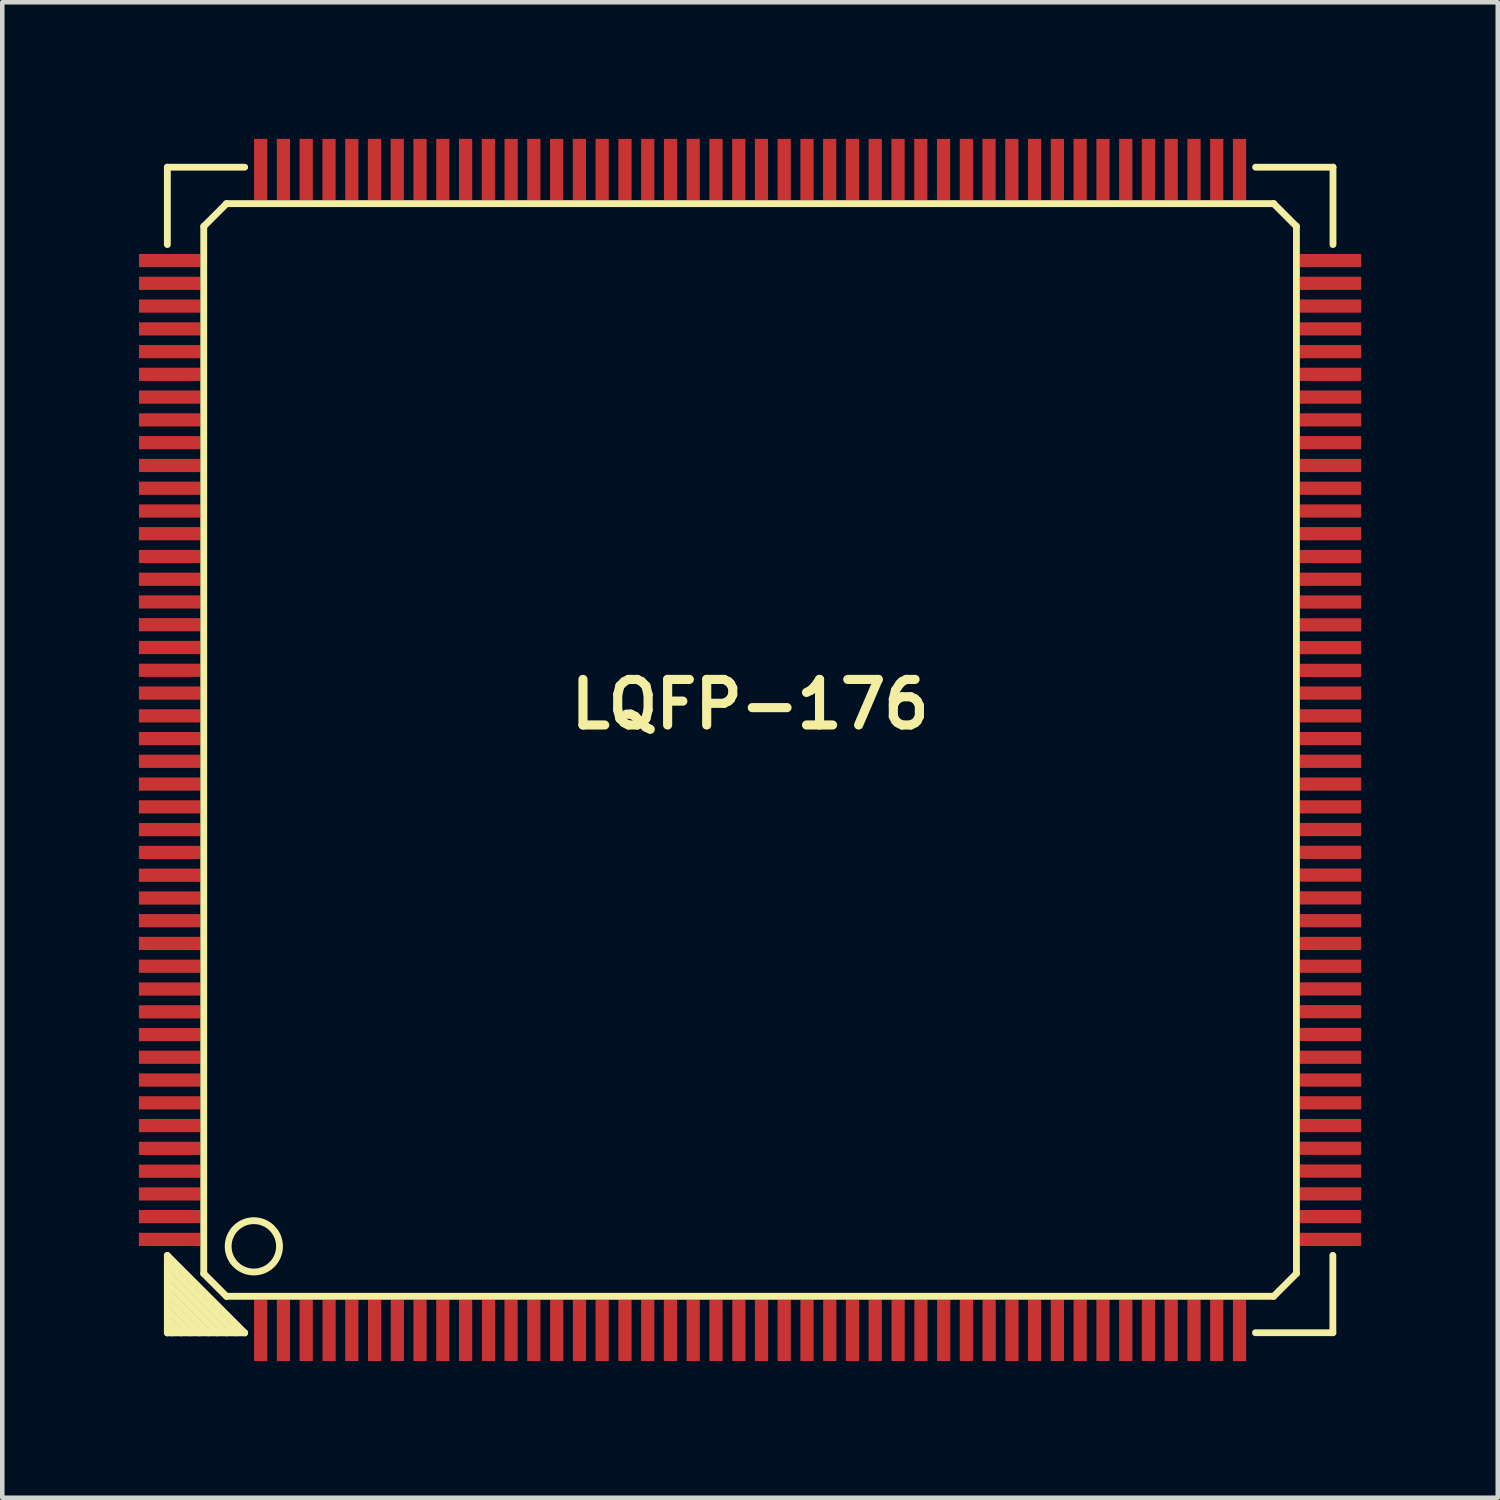
<source format=kicad_pcb>
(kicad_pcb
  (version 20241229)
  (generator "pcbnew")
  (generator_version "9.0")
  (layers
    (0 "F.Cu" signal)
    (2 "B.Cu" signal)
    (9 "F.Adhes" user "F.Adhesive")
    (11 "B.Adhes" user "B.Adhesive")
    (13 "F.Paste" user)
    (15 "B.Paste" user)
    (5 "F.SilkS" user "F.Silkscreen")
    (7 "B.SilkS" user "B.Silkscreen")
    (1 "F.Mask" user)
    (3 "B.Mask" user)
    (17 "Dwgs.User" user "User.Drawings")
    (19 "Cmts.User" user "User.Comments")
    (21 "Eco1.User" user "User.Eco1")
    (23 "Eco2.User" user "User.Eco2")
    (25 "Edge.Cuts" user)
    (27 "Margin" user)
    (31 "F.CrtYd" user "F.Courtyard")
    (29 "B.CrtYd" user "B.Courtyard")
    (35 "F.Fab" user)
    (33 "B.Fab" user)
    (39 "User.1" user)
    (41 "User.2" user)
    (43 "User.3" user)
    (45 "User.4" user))
  (footprint "LQFP-176"
    (layer "F.Cu")
    (at 13.424 13.421)
    (property "Reference" "LQFP-176" (at 0 -1.001 0) (layer "F.SilkS") (effects (font (size 1.001 1.001) (thickness 0.201))))
    (attr through_hole)
    (fp_line (start -12.799 -12.799) (end -11.1 -12.799) (stroke (width 0.15) (type solid)) (layer "F.SilkS"))
    (fp_line (start -12.799 -11.1) (end -12.799 -12.799) (stroke (width 0.15) (type solid)) (layer "F.SilkS"))
    (fp_line (start -12.799 11.102) (end -11.1 12.802) (stroke (width 0.15) (type solid)) (layer "F.SilkS"))
    (fp_line (start -12.799 11.501) (end -11.499 12.802) (stroke (width 0.15) (type solid)) (layer "F.SilkS"))
    (fp_line (start -12.799 11.902) (end -11.9 12.802) (stroke (width 0.15) (type solid)) (layer "F.SilkS"))
    (fp_line (start -12.799 12.301) (end -12.299 12.802) (stroke (width 0.15) (type solid)) (layer "F.SilkS"))
    (fp_line (start -12.799 12.703) (end -12.7 12.802) (stroke (width 0.15) (type solid)) (layer "F.SilkS"))
    (fp_line (start -12.799 12.802) (end -12.799 11.102) (stroke (width 0.15) (type solid)) (layer "F.SilkS"))
    (fp_line (start -12.499 12.802) (end -12.799 12.502) (stroke (width 0.15) (type solid)) (layer "F.SilkS"))
    (fp_line (start -12.098 12.802) (end -12.799 12.101) (stroke (width 0.15) (type solid)) (layer "F.SilkS"))
    (fp_line (start -11.999 -11.499) (end -11.499 -11.999) (stroke (width 0.15) (type solid)) (layer "F.SilkS"))
    (fp_line (start -11.999 11.501) (end -11.999 -11.501) (stroke (width 0.15) (type solid)) (layer "F.SilkS"))
    (fp_line (start -11.699 12.802) (end -12.799 11.702) (stroke (width 0.15) (type solid)) (layer "F.SilkS"))
    (fp_line (start -11.501 -11.999) (end 11.501 -11.999) (stroke (width 0.15) (type solid)) (layer "F.SilkS"))
    (fp_line (start -11.499 12.002) (end -11.999 11.501) (stroke (width 0.15) (type solid)) (layer "F.SilkS"))
    (fp_line (start -11.298 12.802) (end -12.799 11.3) (stroke (width 0.15) (type solid)) (layer "F.SilkS"))
    (fp_line (start -11.1 12.802) (end -12.799 12.802) (stroke (width 0.15) (type solid)) (layer "F.SilkS"))
    (fp_line (start 11.102 -12.799) (end 12.802 -12.799) (stroke (width 0.15) (type solid)) (layer "F.SilkS"))
    (fp_line (start 11.499 -11.999) (end 11.999 -11.499) (stroke (width 0.15) (type solid)) (layer "F.SilkS"))
    (fp_line (start 11.501 11.999) (end -11.501 11.999) (stroke (width 0.15) (type solid)) (layer "F.SilkS"))
    (fp_line (start 11.999 -11.501) (end 11.999 11.501) (stroke (width 0.15) (type solid)) (layer "F.SilkS"))
    (fp_line (start 11.999 11.499) (end 11.499 11.999) (stroke (width 0.15) (type solid)) (layer "F.SilkS"))
    (fp_line (start 12.799 11.1) (end 12.799 12.799) (stroke (width 0.15) (type solid)) (layer "F.SilkS"))
    (fp_line (start 12.799 12.799) (end 11.1 12.799) (stroke (width 0.15) (type solid)) (layer "F.SilkS"))
    (fp_line (start 12.802 -12.799) (end 12.802 -11.1) (stroke (width 0.15) (type solid)) (layer "F.SilkS"))
    (fp_circle (center -10.899 10.902) (end -11.298 11.3) (stroke (width 0.15) (type solid)) (fill no) (layer "F.SilkS"))
    (pad "1" smd rect (at -10.749 12.748) (size 0.29 1.346) (layers "F.Cu" "F.Mask" "F.Paste"))
    (pad "2" smd rect (at -10.249 12.748) (size 0.29 1.346) (layers "F.Cu" "F.Mask" "F.Paste"))
    (pad "3" smd rect (at -9.749 12.748) (size 0.29 1.346) (layers "F.Cu" "F.Mask" "F.Paste"))
    (pad "4" smd rect (at -9.246 12.748) (size 0.29 1.346) (layers "F.Cu" "F.Mask" "F.Paste"))
    (pad "5" smd rect (at -8.748 12.748) (size 0.29 1.346) (layers "F.Cu" "F.Mask" "F.Paste"))
    (pad "6" smd rect (at -8.247 12.748) (size 0.29 1.346) (layers "F.Cu" "F.Mask" "F.Paste"))
    (pad "7" smd rect (at -7.747 12.748) (size 0.29 1.346) (layers "F.Cu" "F.Mask" "F.Paste"))
    (pad "8" smd rect (at -7.249 12.748) (size 0.29 1.346) (layers "F.Cu" "F.Mask" "F.Paste"))
    (pad "9" smd rect (at -6.749 12.748) (size 0.29 1.346) (layers "F.Cu" "F.Mask" "F.Paste"))
    (pad "10" smd rect (at -6.248 12.748) (size 0.29 1.346) (layers "F.Cu" "F.Mask" "F.Paste"))
    (pad "11" smd rect (at -5.745 12.748) (size 0.29 1.346) (layers "F.Cu" "F.Mask" "F.Paste"))
    (pad "12" smd rect (at -5.25 12.748) (size 0.29 1.346) (layers "F.Cu" "F.Mask" "F.Paste"))
    (pad "13" smd rect (at -4.75 12.748) (size 0.29 1.346) (layers "F.Cu" "F.Mask" "F.Paste"))
    (pad "14" smd rect (at -4.247 12.748) (size 0.29 1.346) (layers "F.Cu" "F.Mask" "F.Paste"))
    (pad "15" smd rect (at -3.747 12.748) (size 0.29 1.346) (layers "F.Cu" "F.Mask" "F.Paste"))
    (pad "16" smd rect (at -3.249 12.748) (size 0.29 1.346) (layers "F.Cu" "F.Mask" "F.Paste"))
    (pad "17" smd rect (at -2.748 12.748) (size 0.29 1.346) (layers "F.Cu" "F.Mask" "F.Paste"))
    (pad "18" smd rect (at -2.248 12.748) (size 0.29 1.346) (layers "F.Cu" "F.Mask" "F.Paste"))
    (pad "19" smd rect (at -1.75 12.748) (size 0.29 1.346) (layers "F.Cu" "F.Mask" "F.Paste"))
    (pad "20" smd rect (at -1.25 12.748) (size 0.29 1.346) (layers "F.Cu" "F.Mask" "F.Paste"))
    (pad "21" smd rect (at -0.749 12.748) (size 0.29 1.346) (layers "F.Cu" "F.Mask" "F.Paste"))
    (pad "22" smd rect (at -0.246 12.748) (size 0.29 1.346) (layers "F.Cu" "F.Mask" "F.Paste"))
    (pad "23" smd rect (at 0.251 12.748) (size 0.29 1.346) (layers "F.Cu" "F.Mask" "F.Paste"))
    (pad "24" smd rect (at 0.749 12.748) (size 0.29 1.346) (layers "F.Cu" "F.Mask" "F.Paste"))
    (pad "25" smd rect (at 1.25 12.748) (size 0.29 1.346) (layers "F.Cu" "F.Mask" "F.Paste"))
    (pad "26" smd rect (at 1.75 12.748) (size 0.29 1.346) (layers "F.Cu" "F.Mask" "F.Paste"))
    (pad "27" smd rect (at 2.248 12.748) (size 0.29 1.346) (layers "F.Cu" "F.Mask" "F.Paste"))
    (pad "28" smd rect (at 2.748 12.748) (size 0.29 1.346) (layers "F.Cu" "F.Mask" "F.Paste"))
    (pad "29" smd rect (at 3.251 12.748) (size 0.29 1.346) (layers "F.Cu" "F.Mask" "F.Paste"))
    (pad "30" smd rect (at 3.752 12.748) (size 0.29 1.346) (layers "F.Cu" "F.Mask" "F.Paste"))
    (pad "31" smd rect (at 4.252 12.748) (size 0.29 1.346) (layers "F.Cu" "F.Mask" "F.Paste"))
    (pad "32" smd rect (at 4.75 12.748) (size 0.29 1.346) (layers "F.Cu" "F.Mask" "F.Paste"))
    (pad "33" smd rect (at 5.25 12.748) (size 0.29 1.346) (layers "F.Cu" "F.Mask" "F.Paste"))
    (pad "34" smd rect (at 5.751 12.748) (size 0.29 1.346) (layers "F.Cu" "F.Mask" "F.Paste"))
    (pad "35" smd rect (at 6.248 12.748) (size 0.29 1.346) (layers "F.Cu" "F.Mask" "F.Paste"))
    (pad "36" smd rect (at 6.749 12.748) (size 0.29 1.346) (layers "F.Cu" "F.Mask" "F.Paste"))
    (pad "37" smd rect (at 7.249 12.748) (size 0.29 1.346) (layers "F.Cu" "F.Mask" "F.Paste"))
    (pad "38" smd rect (at 7.75 12.748) (size 0.29 1.346) (layers "F.Cu" "F.Mask" "F.Paste"))
    (pad "39" smd rect (at 8.25 12.748) (size 0.29 1.346) (layers "F.Cu" "F.Mask" "F.Paste"))
    (pad "40" smd rect (at 8.748 12.748) (size 0.29 1.346) (layers "F.Cu" "F.Mask" "F.Paste"))
    (pad "41" smd rect (at 9.248 12.748) (size 0.29 1.346) (layers "F.Cu" "F.Mask" "F.Paste"))
    (pad "42" smd rect (at 9.749 12.748) (size 0.29 1.346) (layers "F.Cu" "F.Mask" "F.Paste"))
    (pad "43" smd rect (at 10.249 12.748) (size 0.29 1.346) (layers "F.Cu" "F.Mask" "F.Paste"))
    (pad "44" smd rect (at 10.749 12.748) (size 0.29 1.349) (layers "F.Cu" "F.Mask" "F.Paste"))
    (pad "45" smd rect (at 12.748 10.749) (size 1.346 0.29) (layers "F.Cu" "F.Mask" "F.Paste"))
    (pad "46" smd rect (at 12.748 10.249) (size 1.346 0.29) (layers "F.Cu" "F.Mask" "F.Paste"))
    (pad "47" smd rect (at 12.748 9.749) (size 1.346 0.29) (layers "F.Cu" "F.Mask" "F.Paste"))
    (pad "48" smd rect (at 12.748 9.248) (size 1.346 0.29) (layers "F.Cu" "F.Mask" "F.Paste"))
    (pad "49" smd rect (at 12.748 8.748) (size 1.346 0.29) (layers "F.Cu" "F.Mask" "F.Paste"))
    (pad "50" smd rect (at 12.748 8.25) (size 1.346 0.29) (layers "F.Cu" "F.Mask" "F.Paste"))
    (pad "51" smd rect (at 12.748 7.75) (size 1.346 0.29) (layers "F.Cu" "F.Mask" "F.Paste"))
    (pad "52" smd rect (at 12.748 7.249) (size 1.346 0.29) (layers "F.Cu" "F.Mask" "F.Paste"))
    (pad "53" smd rect (at 12.748 6.749) (size 1.346 0.29) (layers "F.Cu" "F.Mask" "F.Paste"))
    (pad "54" smd rect (at 12.748 6.248) (size 1.346 0.29) (layers "F.Cu" "F.Mask" "F.Paste"))
    (pad "55" smd rect (at 12.748 5.748) (size 1.346 0.29) (layers "F.Cu" "F.Mask" "F.Paste"))
    (pad "56" smd rect (at 12.748 5.248) (size 1.346 0.29) (layers "F.Cu" "F.Mask" "F.Paste"))
    (pad "57" smd rect (at 12.748 4.75) (size 1.346 0.29) (layers "F.Cu" "F.Mask" "F.Paste"))
    (pad "58" smd rect (at 12.748 4.249) (size 1.346 0.29) (layers "F.Cu" "F.Mask" "F.Paste"))
    (pad "59" smd rect (at 12.748 3.749) (size 1.346 0.29) (layers "F.Cu" "F.Mask" "F.Paste"))
    (pad "60" smd rect (at 12.748 3.249) (size 1.346 0.29) (layers "F.Cu" "F.Mask" "F.Paste"))
    (pad "61" smd rect (at 12.748 2.748) (size 1.346 0.29) (layers "F.Cu" "F.Mask" "F.Paste"))
    (pad "62" smd rect (at 12.748 2.248) (size 1.346 0.29) (layers "F.Cu" "F.Mask" "F.Paste"))
    (pad "63" smd rect (at 12.748 1.748) (size 1.346 0.29) (layers "F.Cu" "F.Mask" "F.Paste"))
    (pad "64" smd rect (at 12.748 1.25) (size 1.346 0.29) (layers "F.Cu" "F.Mask" "F.Paste"))
    (pad "65" smd rect (at 12.748 0.749) (size 1.346 0.29) (layers "F.Cu" "F.Mask" "F.Paste"))
    (pad "66" smd rect (at 12.748 0.249) (size 1.346 0.29) (layers "F.Cu" "F.Mask" "F.Paste"))
    (pad "67" smd rect (at 12.748 -0.249) (size 1.346 0.29) (layers "F.Cu" "F.Mask" "F.Paste"))
    (pad "68" smd rect (at 12.748 -0.749) (size 1.346 0.29) (layers "F.Cu" "F.Mask" "F.Paste"))
    (pad "69" smd rect (at 12.748 -1.25) (size 1.346 0.29) (layers "F.Cu" "F.Mask" "F.Paste"))
    (pad "70" smd rect (at 12.748 -1.748) (size 1.346 0.29) (layers "F.Cu" "F.Mask" "F.Paste"))
    (pad "71" smd rect (at 12.748 -2.248) (size 1.346 0.29) (layers "F.Cu" "F.Mask" "F.Paste"))
    (pad "72" smd rect (at 12.748 -2.748) (size 1.346 0.29) (layers "F.Cu" "F.Mask" "F.Paste"))
    (pad "73" smd rect (at 12.748 -3.249) (size 1.346 0.29) (layers "F.Cu" "F.Mask" "F.Paste"))
    (pad "74" smd rect (at 12.748 -3.749) (size 1.346 0.29) (layers "F.Cu" "F.Mask" "F.Paste"))
    (pad "75" smd rect (at 12.748 -4.249) (size 1.346 0.29) (layers "F.Cu" "F.Mask" "F.Paste"))
    (pad "76" smd rect (at 12.748 -4.75) (size 1.346 0.29) (layers "F.Cu" "F.Mask" "F.Paste"))
    (pad "77" smd rect (at 12.748 -5.248) (size 1.346 0.29) (layers "F.Cu" "F.Mask" "F.Paste"))
    (pad "78" smd rect (at 12.748 -5.748) (size 1.346 0.29) (layers "F.Cu" "F.Mask" "F.Paste"))
    (pad "79" smd rect (at 12.748 -6.248) (size 1.346 0.29) (layers "F.Cu" "F.Mask" "F.Paste"))
    (pad "80" smd rect (at 12.748 -6.749) (size 1.346 0.29) (layers "F.Cu" "F.Mask" "F.Paste"))
    (pad "81" smd rect (at 12.748 -7.249) (size 1.346 0.29) (layers "F.Cu" "F.Mask" "F.Paste"))
    (pad "82" smd rect (at 12.748 -7.75) (size 1.346 0.29) (layers "F.Cu" "F.Mask" "F.Paste"))
    (pad "83" smd rect (at 12.748 -8.25) (size 1.346 0.29) (layers "F.Cu" "F.Mask" "F.Paste"))
    (pad "84" smd rect (at 12.748 -8.748) (size 1.346 0.29) (layers "F.Cu" "F.Mask" "F.Paste"))
    (pad "85" smd rect (at 12.748 -9.248) (size 1.346 0.29) (layers "F.Cu" "F.Mask" "F.Paste"))
    (pad "86" smd rect (at 12.748 -9.749) (size 1.346 0.29) (layers "F.Cu" "F.Mask" "F.Paste"))
    (pad "87" smd rect (at 12.748 -10.249) (size 1.346 0.29) (layers "F.Cu" "F.Mask" "F.Paste"))
    (pad "88" smd rect (at 12.748 -10.749) (size 1.346 0.29) (layers "F.Cu" "F.Mask" "F.Paste"))
    (pad "89" smd rect (at 10.749 -12.748) (size 0.29 1.346) (layers "F.Cu" "F.Mask" "F.Paste"))
    (pad "90" smd rect (at 10.249 -12.748) (size 0.29 1.346) (layers "F.Cu" "F.Mask" "F.Paste"))
    (pad "91" smd rect (at 9.749 -12.748) (size 0.29 1.346) (layers "F.Cu" "F.Mask" "F.Paste"))
    (pad "92" smd rect (at 9.248 -12.748) (size 0.29 1.346) (layers "F.Cu" "F.Mask" "F.Paste"))
    (pad "93" smd rect (at 8.748 -12.748) (size 0.29 1.346) (layers "F.Cu" "F.Mask" "F.Paste"))
    (pad "94" smd rect (at 8.25 -12.748) (size 0.29 1.346) (layers "F.Cu" "F.Mask" "F.Paste"))
    (pad "95" smd rect (at 7.75 -12.748) (size 0.29 1.346) (layers "F.Cu" "F.Mask" "F.Paste"))
    (pad "96" smd rect (at 7.249 -12.748) (size 0.29 1.346) (layers "F.Cu" "F.Mask" "F.Paste"))
    (pad "97" smd rect (at 6.749 -12.748) (size 0.29 1.346) (layers "F.Cu" "F.Mask" "F.Paste"))
    (pad "98" smd rect (at 6.248 -12.748) (size 0.29 1.346) (layers "F.Cu" "F.Mask" "F.Paste"))
    (pad "99" smd rect (at 5.748 -12.748) (size 0.29 1.346) (layers "F.Cu" "F.Mask" "F.Paste"))
    (pad "100" smd rect (at 5.248 -12.748) (size 0.29 1.346) (layers "F.Cu" "F.Mask" "F.Paste"))
    (pad "101" smd rect (at 4.75 -12.748) (size 0.29 1.346) (layers "F.Cu" "F.Mask" "F.Paste"))
    (pad "102" smd rect (at 4.249 -12.748) (size 0.29 1.346) (layers "F.Cu" "F.Mask" "F.Paste"))
    (pad "103" smd rect (at 3.749 -12.748) (size 0.29 1.346) (layers "F.Cu" "F.Mask" "F.Paste"))
    (pad "104" smd rect (at 3.249 -12.748) (size 0.29 1.346) (layers "F.Cu" "F.Mask" "F.Paste"))
    (pad "105" smd rect (at 2.748 -12.748) (size 0.29 1.346) (layers "F.Cu" "F.Mask" "F.Paste"))
    (pad "106" smd rect (at 2.248 -12.748) (size 0.29 1.346) (layers "F.Cu" "F.Mask" "F.Paste"))
    (pad "107" smd rect (at 1.748 -12.748) (size 0.29 1.346) (layers "F.Cu" "F.Mask" "F.Paste"))
    (pad "108" smd rect (at 1.25 -12.748) (size 0.29 1.346) (layers "F.Cu" "F.Mask" "F.Paste"))
    (pad "109" smd rect (at 0.749 -12.748) (size 0.29 1.346) (layers "F.Cu" "F.Mask" "F.Paste"))
    (pad "110" smd rect (at 0.249 -12.748) (size 0.29 1.346) (layers "F.Cu" "F.Mask" "F.Paste"))
    (pad "111" smd rect (at -0.249 -12.748) (size 0.29 1.346) (layers "F.Cu" "F.Mask" "F.Paste"))
    (pad "112" smd rect (at -0.749 -12.748) (size 0.29 1.346) (layers "F.Cu" "F.Mask" "F.Paste"))
    (pad "113" smd rect (at -1.25 -12.748) (size 0.29 1.346) (layers "F.Cu" "F.Mask" "F.Paste"))
    (pad "114" smd rect (at -1.748 -12.748) (size 0.29 1.346) (layers "F.Cu" "F.Mask" "F.Paste"))
    (pad "115" smd rect (at -2.248 -12.748) (size 0.29 1.346) (layers "F.Cu" "F.Mask" "F.Paste"))
    (pad "116" smd rect (at -2.748 -12.748) (size 0.29 1.346) (layers "F.Cu" "F.Mask" "F.Paste"))
    (pad "117" smd rect (at -3.249 -12.748) (size 0.29 1.346) (layers "F.Cu" "F.Mask" "F.Paste"))
    (pad "118" smd rect (at -3.749 -12.748) (size 0.29 1.346) (layers "F.Cu" "F.Mask" "F.Paste"))
    (pad "119" smd rect (at -4.249 -12.748) (size 0.29 1.346) (layers "F.Cu" "F.Mask" "F.Paste"))
    (pad "120" smd rect (at -4.75 -12.748) (size 0.29 1.346) (layers "F.Cu" "F.Mask" "F.Paste"))
    (pad "121" smd rect (at -5.248 -12.748) (size 0.29 1.346) (layers "F.Cu" "F.Mask" "F.Paste"))
    (pad "122" smd rect (at -5.748 -12.748) (size 0.29 1.346) (layers "F.Cu" "F.Mask" "F.Paste"))
    (pad "123" smd rect (at -6.248 -12.748) (size 0.29 1.346) (layers "F.Cu" "F.Mask" "F.Paste"))
    (pad "124" smd rect (at -6.749 -12.748) (size 0.29 1.346) (layers "F.Cu" "F.Mask" "F.Paste"))
    (pad "125" smd rect (at -7.249 -12.748) (size 0.29 1.346) (layers "F.Cu" "F.Mask" "F.Paste"))
    (pad "126" smd rect (at -7.75 -12.748) (size 0.29 1.346) (layers "F.Cu" "F.Mask" "F.Paste"))
    (pad "127" smd rect (at -8.25 -12.748) (size 0.29 1.346) (layers "F.Cu" "F.Mask" "F.Paste"))
    (pad "128" smd rect (at -8.748 -12.748) (size 0.29 1.346) (layers "F.Cu" "F.Mask" "F.Paste"))
    (pad "129" smd rect (at -9.248 -12.748) (size 0.29 1.346) (layers "F.Cu" "F.Mask" "F.Paste"))
    (pad "130" smd rect (at -9.749 -12.748) (size 0.29 1.346) (layers "F.Cu" "F.Mask" "F.Paste"))
    (pad "131" smd rect (at -10.249 -12.748) (size 0.29 1.346) (layers "F.Cu" "F.Mask" "F.Paste"))
    (pad "132" smd rect (at -10.749 -12.748) (size 0.29 1.346) (layers "F.Cu" "F.Mask" "F.Paste"))
    (pad "133" smd rect (at -12.748 -10.749) (size 1.346 0.29) (layers "F.Cu" "F.Mask" "F.Paste"))
    (pad "134" smd rect (at -12.748 -10.249) (size 1.346 0.29) (layers "F.Cu" "F.Mask" "F.Paste"))
    (pad "135" smd rect (at -12.748 -9.749) (size 1.346 0.29) (layers "F.Cu" "F.Mask" "F.Paste"))
    (pad "136" smd rect (at -12.748 -9.248) (size 1.346 0.29) (layers "F.Cu" "F.Mask" "F.Paste"))
    (pad "137" smd rect (at -12.748 -8.748) (size 1.346 0.29) (layers "F.Cu" "F.Mask" "F.Paste"))
    (pad "138" smd rect (at -12.748 -8.25) (size 1.346 0.29) (layers "F.Cu" "F.Mask" "F.Paste"))
    (pad "139" smd rect (at -12.748 -7.75) (size 1.346 0.29) (layers "F.Cu" "F.Mask" "F.Paste"))
    (pad "140" smd rect (at -12.748 -7.249) (size 1.346 0.29) (layers "F.Cu" "F.Mask" "F.Paste"))
    (pad "141" smd rect (at -12.748 -6.749) (size 1.346 0.29) (layers "F.Cu" "F.Mask" "F.Paste"))
    (pad "142" smd rect (at -12.748 -6.248) (size 1.346 0.29) (layers "F.Cu" "F.Mask" "F.Paste"))
    (pad "143" smd rect (at -12.748 -5.748) (size 1.346 0.29) (layers "F.Cu" "F.Mask" "F.Paste"))
    (pad "144" smd rect (at -12.748 -5.248) (size 1.346 0.29) (layers "F.Cu" "F.Mask" "F.Paste"))
    (pad "145" smd rect (at -12.751 -4.75) (size 1.346 0.29) (layers "F.Cu" "F.Mask" "F.Paste"))
    (pad "146" smd rect (at -12.751 -4.249) (size 1.346 0.29) (layers "F.Cu" "F.Mask" "F.Paste"))
    (pad "147" smd rect (at -12.751 -3.749) (size 1.346 0.29) (layers "F.Cu" "F.Mask" "F.Paste"))
    (pad "148" smd rect (at -12.751 -3.251) (size 1.346 0.29) (layers "F.Cu" "F.Mask" "F.Paste"))
    (pad "149" smd rect (at -12.751 -2.751) (size 1.346 0.29) (layers "F.Cu" "F.Mask" "F.Paste"))
    (pad "150" smd rect (at -12.751 -2.25) (size 1.346 0.29) (layers "F.Cu" "F.Mask" "F.Paste"))
    (pad "151" smd rect (at -12.751 -1.75) (size 1.346 0.29) (layers "F.Cu" "F.Mask" "F.Paste"))
    (pad "152" smd rect (at -12.751 -1.25) (size 1.346 0.29) (layers "F.Cu" "F.Mask" "F.Paste"))
    (pad "153" smd rect (at -12.751 -0.749) (size 1.346 0.29) (layers "F.Cu" "F.Mask" "F.Paste"))
    (pad "154" smd rect (at -12.751 -0.249) (size 1.346 0.29) (layers "F.Cu" "F.Mask" "F.Paste"))
    (pad "155" smd rect (at -12.751 0.249) (size 1.346 0.29) (layers "F.Cu" "F.Mask" "F.Paste"))
    (pad "156" smd rect (at -12.751 0.749) (size 1.346 0.29) (layers "F.Cu" "F.Mask" "F.Paste"))
    (pad "157" smd rect (at -12.751 1.25) (size 1.346 0.29) (layers "F.Cu" "F.Mask" "F.Paste"))
    (pad "158" smd rect (at -12.751 1.75) (size 1.346 0.29) (layers "F.Cu" "F.Mask" "F.Paste"))
    (pad "159" smd rect (at -12.751 2.25) (size 1.346 0.29) (layers "F.Cu" "F.Mask" "F.Paste"))
    (pad "160" smd rect (at -12.751 2.751) (size 1.346 0.29) (layers "F.Cu" "F.Mask" "F.Paste"))
    (pad "161" smd rect (at -12.751 3.251) (size 1.346 0.29) (layers "F.Cu" "F.Mask" "F.Paste"))
    (pad "162" smd rect (at -12.751 3.749) (size 1.346 0.29) (layers "F.Cu" "F.Mask" "F.Paste"))
    (pad "163" smd rect (at -12.751 4.249) (size 1.346 0.29) (layers "F.Cu" "F.Mask" "F.Paste"))
    (pad "164" smd rect (at -12.751 4.75) (size 1.346 0.29) (layers "F.Cu" "F.Mask" "F.Paste"))
    (pad "165" smd rect (at -12.751 5.25) (size 1.346 0.29) (layers "F.Cu" "F.Mask" "F.Paste"))
    (pad "166" smd rect (at -12.751 5.751) (size 1.346 0.29) (layers "F.Cu" "F.Mask" "F.Paste"))
    (pad "167" smd rect (at -12.751 6.251) (size 1.346 0.29) (layers "F.Cu" "F.Mask" "F.Paste"))
    (pad "168" smd rect (at -12.751 6.749) (size 1.346 0.29) (layers "F.Cu" "F.Mask" "F.Paste"))
    (pad "169" smd rect (at -12.751 7.249) (size 1.346 0.29) (layers "F.Cu" "F.Mask" "F.Paste"))
    (pad "170" smd rect (at -12.751 7.75) (size 1.346 0.29) (layers "F.Cu" "F.Mask" "F.Paste"))
    (pad "171" smd rect (at -12.751 8.25) (size 1.346 0.29) (layers "F.Cu" "F.Mask" "F.Paste"))
    (pad "172" smd rect (at -12.751 8.75) (size 1.346 0.29) (layers "F.Cu" "F.Mask" "F.Paste"))
    (pad "173" smd rect (at -12.751 9.251) (size 1.346 0.29) (layers "F.Cu" "F.Mask" "F.Paste"))
    (pad "174" smd rect (at -12.751 9.751) (size 1.346 0.29) (layers "F.Cu" "F.Mask" "F.Paste"))
    (pad "175" smd rect (at -12.751 10.249) (size 1.346 0.29) (layers "F.Cu" "F.Mask" "F.Paste"))
    (pad "176" smd rect (at -12.751 10.749) (size 1.346 0.29) (layers "F.Cu" "F.Mask" "F.Paste")))
  (gr_rect
    (start -3 -3)
    (end 29.845 29.844)
    (stroke (width 0.1) (type default))
    (fill no)
    (layer "Edge.Cuts")))
</source>
